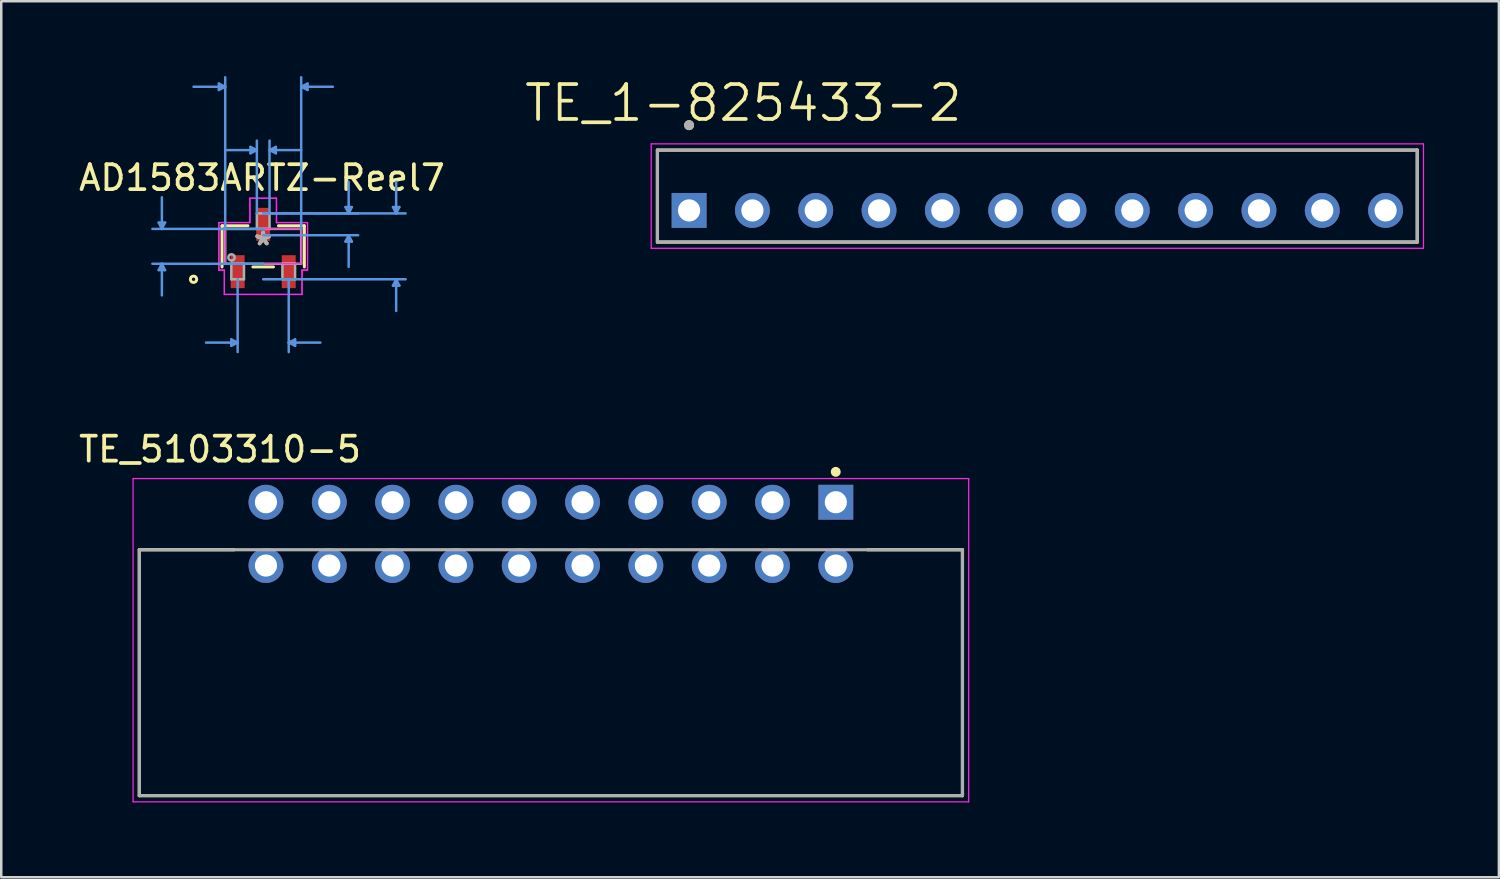
<source format=kicad_pcb>
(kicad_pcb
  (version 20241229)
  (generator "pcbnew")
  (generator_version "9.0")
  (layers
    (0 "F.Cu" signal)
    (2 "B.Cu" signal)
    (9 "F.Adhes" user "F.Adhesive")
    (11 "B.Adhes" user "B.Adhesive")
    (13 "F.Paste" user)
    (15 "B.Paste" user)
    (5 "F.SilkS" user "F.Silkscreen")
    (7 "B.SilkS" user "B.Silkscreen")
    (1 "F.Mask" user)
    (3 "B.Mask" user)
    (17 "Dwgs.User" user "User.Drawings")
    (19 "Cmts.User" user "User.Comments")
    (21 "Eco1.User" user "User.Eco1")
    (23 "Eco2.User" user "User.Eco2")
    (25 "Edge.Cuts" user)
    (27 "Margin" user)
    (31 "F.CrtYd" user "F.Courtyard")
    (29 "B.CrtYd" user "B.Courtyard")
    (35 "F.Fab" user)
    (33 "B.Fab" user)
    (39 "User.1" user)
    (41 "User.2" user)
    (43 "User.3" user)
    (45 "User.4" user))
  (footprint "AD1583ARTZ-Reel7"
    (layer "F.Cu")
    (at 7.508 6.832)
    (property "Reference" "AD1583ARTZ-Reel7" (at -0.05 -2.75 0) (layer "F.SilkS") (effects (font (size 1 1) (thickness 0.15))))
    (attr through_hole)
    (fp_line (start -1.651 -0.826) (end -1.651 0.826) (stroke (width 0.12) (type solid)) (layer "F.SilkS"))
    (fp_line (start -0.612 -0.826) (end -1.651 -0.826) (stroke (width 0.12) (type solid)) (layer "F.SilkS"))
    (fp_line (start -0.413 0.826) (end 0.413 0.826) (stroke (width 0.12) (type solid)) (layer "F.SilkS"))
    (fp_line (start 1.651 -0.826) (end 0.612 -0.826) (stroke (width 0.12) (type solid)) (layer "F.SilkS"))
    (fp_line (start 1.651 0.826) (end 1.651 -0.826) (stroke (width 0.12) (type solid)) (layer "F.SilkS"))
    (fp_circle (center -2.794 1.321) (end -2.667 1.321) (stroke (width 0.12) (type solid)) (fill no) (layer "F.SilkS"))
    (fp_line (start -4.191 -0.953) (end -3.937 -0.953) (stroke (width 0.1) (type solid)) (layer "Cmts.User"))
    (fp_line (start -4.191 0.953) (end -3.937 0.953) (stroke (width 0.1) (type solid)) (layer "Cmts.User"))
    (fp_line (start -4.064 -0.699) (end -4.191 -0.953) (stroke (width 0.1) (type solid)) (layer "Cmts.User"))
    (fp_line (start -4.064 -0.699) (end -4.064 -1.968) (stroke (width 0.1) (type solid)) (layer "Cmts.User"))
    (fp_line (start -4.064 -0.699) (end -3.937 -0.953) (stroke (width 0.1) (type solid)) (layer "Cmts.User"))
    (fp_line (start -4.064 0.699) (end -4.191 0.953) (stroke (width 0.1) (type solid)) (layer "Cmts.User"))
    (fp_line (start -4.064 0.699) (end -4.064 1.968) (stroke (width 0.1) (type solid)) (layer "Cmts.User"))
    (fp_line (start -4.064 0.699) (end -3.937 0.953) (stroke (width 0.1) (type solid)) (layer "Cmts.User"))
    (fp_line (start -1.778 -6.528) (end -1.778 -6.274) (stroke (width 0.1) (type solid)) (layer "Cmts.User"))
    (fp_line (start -1.524 -6.401) (end -2.794 -6.401) (stroke (width 0.1) (type solid)) (layer "Cmts.User"))
    (fp_line (start -1.524 -6.401) (end -1.778 -6.528) (stroke (width 0.1) (type solid)) (layer "Cmts.User"))
    (fp_line (start -1.524 -6.401) (end -1.778 -6.274) (stroke (width 0.1) (type solid)) (layer "Cmts.User"))
    (fp_line (start -1.524 -0.699) (end -1.524 -6.782) (stroke (width 0.1) (type solid)) (layer "Cmts.User"))
    (fp_line (start -1.279 3.734) (end -1.279 3.988) (stroke (width 0.1) (type solid)) (layer "Cmts.User"))
    (fp_line (start -1.025 1.321) (end -1.025 4.242) (stroke (width 0.1) (type solid)) (layer "Cmts.User"))
    (fp_line (start -1.025 3.861) (end -2.295 3.861) (stroke (width 0.1) (type solid)) (layer "Cmts.User"))
    (fp_line (start -1.025 3.861) (end -1.279 3.734) (stroke (width 0.1) (type solid)) (layer "Cmts.User"))
    (fp_line (start -1.025 3.861) (end -1.279 3.988) (stroke (width 0.1) (type solid)) (layer "Cmts.User"))
    (fp_line (start -0.508 -3.988) (end -0.508 -3.734) (stroke (width 0.1) (type solid)) (layer "Cmts.User"))
    (fp_line (start -0.254 -3.861) (end -1.524 -3.861) (stroke (width 0.1) (type solid)) (layer "Cmts.User"))
    (fp_line (start -0.254 -3.861) (end -0.508 -3.988) (stroke (width 0.1) (type solid)) (layer "Cmts.User"))
    (fp_line (start -0.254 -3.861) (end -0.508 -3.734) (stroke (width 0.1) (type solid)) (layer "Cmts.User"))
    (fp_line (start -0.254 -1.321) (end -0.254 -4.242) (stroke (width 0.1) (type solid)) (layer "Cmts.User"))
    (fp_line (start 0 -1.321) (end 3.81 -1.321) (stroke (width 0.1) (type solid)) (layer "Cmts.User"))
    (fp_line (start 0 -1.321) (end 5.715 -1.321) (stroke (width 0.1) (type solid)) (layer "Cmts.User"))
    (fp_line (start 0 -0.699) (end -4.445 -0.699) (stroke (width 0.1) (type solid)) (layer "Cmts.User"))
    (fp_line (start 0 -0.445) (end 3.81 -0.445) (stroke (width 0.1) (type solid)) (layer "Cmts.User"))
    (fp_line (start 0 0.699) (end -4.445 0.699) (stroke (width 0.1) (type solid)) (layer "Cmts.User"))
    (fp_line (start 0 1.321) (end 5.715 1.321) (stroke (width 0.1) (type solid)) (layer "Cmts.User"))
    (fp_line (start 0.254 -3.861) (end 0.508 -3.988) (stroke (width 0.1) (type solid)) (layer "Cmts.User"))
    (fp_line (start 0.254 -3.861) (end 0.508 -3.734) (stroke (width 0.1) (type solid)) (layer "Cmts.User"))
    (fp_line (start 0.254 -3.861) (end 1.524 -3.861) (stroke (width 0.1) (type solid)) (layer "Cmts.User"))
    (fp_line (start 0.254 -1.321) (end 0.254 -4.242) (stroke (width 0.1) (type solid)) (layer "Cmts.User"))
    (fp_line (start 0.508 -3.988) (end 0.508 -3.734) (stroke (width 0.1) (type solid)) (layer "Cmts.User"))
    (fp_line (start 1.025 1.321) (end 1.025 4.242) (stroke (width 0.1) (type solid)) (layer "Cmts.User"))
    (fp_line (start 1.025 3.861) (end 1.279 3.734) (stroke (width 0.1) (type solid)) (layer "Cmts.User"))
    (fp_line (start 1.025 3.861) (end 1.279 3.988) (stroke (width 0.1) (type solid)) (layer "Cmts.User"))
    (fp_line (start 1.025 3.861) (end 2.295 3.861) (stroke (width 0.1) (type solid)) (layer "Cmts.User"))
    (fp_line (start 1.279 3.734) (end 1.279 3.988) (stroke (width 0.1) (type solid)) (layer "Cmts.User"))
    (fp_line (start 1.524 -6.401) (end 1.778 -6.528) (stroke (width 0.1) (type solid)) (layer "Cmts.User"))
    (fp_line (start 1.524 -6.401) (end 1.778 -6.274) (stroke (width 0.1) (type solid)) (layer "Cmts.User"))
    (fp_line (start 1.524 -6.401) (end 2.794 -6.401) (stroke (width 0.1) (type solid)) (layer "Cmts.User"))
    (fp_line (start 1.524 -0.699) (end 1.524 -6.782) (stroke (width 0.1) (type solid)) (layer "Cmts.User"))
    (fp_line (start 1.778 -6.528) (end 1.778 -6.274) (stroke (width 0.1) (type solid)) (layer "Cmts.User"))
    (fp_line (start 3.302 -1.575) (end 3.556 -1.575) (stroke (width 0.1) (type solid)) (layer "Cmts.User"))
    (fp_line (start 3.302 -0.191) (end 3.556 -0.191) (stroke (width 0.1) (type solid)) (layer "Cmts.User"))
    (fp_line (start 3.429 -1.321) (end 3.302 -1.575) (stroke (width 0.1) (type solid)) (layer "Cmts.User"))
    (fp_line (start 3.429 -1.321) (end 3.429 -2.591) (stroke (width 0.1) (type solid)) (layer "Cmts.User"))
    (fp_line (start 3.429 -1.321) (end 3.556 -1.575) (stroke (width 0.1) (type solid)) (layer "Cmts.User"))
    (fp_line (start 3.429 -0.445) (end 3.302 -0.191) (stroke (width 0.1) (type solid)) (layer "Cmts.User"))
    (fp_line (start 3.429 -0.445) (end 3.429 0.826) (stroke (width 0.1) (type solid)) (layer "Cmts.User"))
    (fp_line (start 3.429 -0.445) (end 3.556 -0.191) (stroke (width 0.1) (type solid)) (layer "Cmts.User"))
    (fp_line (start 5.207 -1.575) (end 5.461 -1.575) (stroke (width 0.1) (type solid)) (layer "Cmts.User"))
    (fp_line (start 5.207 1.575) (end 5.461 1.575) (stroke (width 0.1) (type solid)) (layer "Cmts.User"))
    (fp_line (start 5.334 -1.321) (end 5.207 -1.575) (stroke (width 0.1) (type solid)) (layer "Cmts.User"))
    (fp_line (start 5.334 -1.321) (end 5.334 -2.591) (stroke (width 0.1) (type solid)) (layer "Cmts.User"))
    (fp_line (start 5.334 -1.321) (end 5.461 -1.575) (stroke (width 0.1) (type solid)) (layer "Cmts.User"))
    (fp_line (start 5.334 1.321) (end 5.207 1.575) (stroke (width 0.1) (type solid)) (layer "Cmts.User"))
    (fp_line (start 5.334 1.321) (end 5.334 2.591) (stroke (width 0.1) (type solid)) (layer "Cmts.User"))
    (fp_line (start 5.334 1.321) (end 5.461 1.575) (stroke (width 0.1) (type solid)) (layer "Cmts.User"))
    (fp_line (start -1.778 -0.953) (end -0.533 -0.953) (stroke (width 0.05) (type solid)) (layer "F.CrtYd"))
    (fp_line (start -1.778 -0.953) (end -0.533 -0.953) (stroke (width 0.05) (type solid)) (layer "F.CrtYd"))
    (fp_line (start -1.778 0.953) (end -1.778 -0.953) (stroke (width 0.05) (type solid)) (layer "F.CrtYd"))
    (fp_line (start -1.778 0.953) (end -1.778 -0.953) (stroke (width 0.05) (type solid)) (layer "F.CrtYd"))
    (fp_line (start -1.778 0.953) (end -1.558 0.953) (stroke (width 0.05) (type solid)) (layer "F.CrtYd"))
    (fp_line (start -1.558 0.953) (end -1.778 0.953) (stroke (width 0.05) (type solid)) (layer "F.CrtYd"))
    (fp_line (start -1.558 0.953) (end -1.558 1.93) (stroke (width 0.05) (type solid)) (layer "F.CrtYd"))
    (fp_line (start -1.558 1.93) (end -1.558 0.953) (stroke (width 0.05) (type solid)) (layer "F.CrtYd"))
    (fp_line (start -1.558 1.93) (end 1.558 1.93) (stroke (width 0.05) (type solid)) (layer "F.CrtYd"))
    (fp_line (start -1.524 -0.699) (end 1.524 -0.699) (stroke (width 0.05) (type solid)) (layer "F.CrtYd"))
    (fp_line (start -1.524 0.699) (end -1.524 -0.699) (stroke (width 0.05) (type solid)) (layer "F.CrtYd"))
    (fp_line (start -0.533 -1.93) (end 0.533 -1.93) (stroke (width 0.05) (type solid)) (layer "F.CrtYd"))
    (fp_line (start -0.533 -1.93) (end 0.533 -1.93) (stroke (width 0.05) (type solid)) (layer "F.CrtYd"))
    (fp_line (start -0.533 -0.953) (end -0.533 -1.93) (stroke (width 0.05) (type solid)) (layer "F.CrtYd"))
    (fp_line (start -0.533 -0.953) (end -0.533 -1.93) (stroke (width 0.05) (type solid)) (layer "F.CrtYd"))
    (fp_line (start 0.533 -1.93) (end 0.533 -0.953) (stroke (width 0.05) (type solid)) (layer "F.CrtYd"))
    (fp_line (start 0.533 -0.953) (end 0.533 -1.93) (stroke (width 0.05) (type solid)) (layer "F.CrtYd"))
    (fp_line (start 0.533 -0.953) (end 1.778 -0.953) (stroke (width 0.05) (type solid)) (layer "F.CrtYd"))
    (fp_line (start 1.524 -0.699) (end 1.524 0.699) (stroke (width 0.05) (type solid)) (layer "F.CrtYd"))
    (fp_line (start 1.524 0.699) (end -1.524 0.699) (stroke (width 0.05) (type solid)) (layer "F.CrtYd"))
    (fp_line (start 1.558 0.953) (end 1.558 1.93) (stroke (width 0.05) (type solid)) (layer "F.CrtYd"))
    (fp_line (start 1.558 0.953) (end 1.558 1.93) (stroke (width 0.05) (type solid)) (layer "F.CrtYd"))
    (fp_line (start 1.558 1.93) (end -1.558 1.93) (stroke (width 0.05) (type solid)) (layer "F.CrtYd"))
    (fp_line (start 1.778 -0.953) (end 0.533 -0.953) (stroke (width 0.05) (type solid)) (layer "F.CrtYd"))
    (fp_line (start 1.778 -0.953) (end 1.778 0.953) (stroke (width 0.05) (type solid)) (layer "F.CrtYd"))
    (fp_line (start 1.778 -0.953) (end 1.778 0.953) (stroke (width 0.05) (type solid)) (layer "F.CrtYd"))
    (fp_line (start 1.778 0.953) (end 1.558 0.953) (stroke (width 0.05) (type solid)) (layer "F.CrtYd"))
    (fp_line (start 1.778 0.953) (end 1.558 0.953) (stroke (width 0.05) (type solid)) (layer "F.CrtYd"))
    (fp_line (start -1.524 -0.699) (end -1.524 0.699) (stroke (width 0.1) (type solid)) (layer "F.Fab"))
    (fp_line (start -1.524 0.699) (end 1.524 0.699) (stroke (width 0.1) (type solid)) (layer "F.Fab"))
    (fp_line (start -1.279 0.699) (end -1.279 1.321) (stroke (width 0.1) (type solid)) (layer "F.Fab"))
    (fp_line (start -1.279 1.321) (end -0.771 1.321) (stroke (width 0.1) (type solid)) (layer "F.Fab"))
    (fp_line (start -0.771 0.699) (end -1.279 0.699) (stroke (width 0.1) (type solid)) (layer "F.Fab"))
    (fp_line (start -0.771 1.321) (end -0.771 0.699) (stroke (width 0.1) (type solid)) (layer "F.Fab"))
    (fp_line (start -0.254 -1.321) (end -0.254 -0.699) (stroke (width 0.1) (type solid)) (layer "F.Fab"))
    (fp_line (start -0.254 -0.699) (end 0.254 -0.699) (stroke (width 0.1) (type solid)) (layer "F.Fab"))
    (fp_line (start 0.254 -1.321) (end -0.254 -1.321) (stroke (width 0.1) (type solid)) (layer "F.Fab"))
    (fp_line (start 0.254 -0.699) (end 0.254 -1.321) (stroke (width 0.1) (type solid)) (layer "F.Fab"))
    (fp_line (start 0.771 0.699) (end 0.771 1.321) (stroke (width 0.1) (type solid)) (layer "F.Fab"))
    (fp_line (start 0.771 1.321) (end 1.279 1.321) (stroke (width 0.1) (type solid)) (layer "F.Fab"))
    (fp_line (start 1.279 0.699) (end 0.771 0.699) (stroke (width 0.1) (type solid)) (layer "F.Fab"))
    (fp_line (start 1.279 1.321) (end 1.279 0.699) (stroke (width 0.1) (type solid)) (layer "F.Fab"))
    (fp_line (start 1.524 -0.699) (end -1.524 -0.699) (stroke (width 0.1) (type solid)) (layer "F.Fab"))
    (fp_line (start 1.524 0.699) (end 1.524 -0.699) (stroke (width 0.1) (type solid)) (layer "F.Fab"))
    (fp_circle (center -1.27 0.445) (end -1.143 0.445) (stroke (width 0.1) (type solid)) (fill no) (layer "F.Fab"))
    (fp_text user "*" (at 0 0 0) (layer "F.SilkS") (effects (font (size 1 1) (thickness 0.15))))
    (fp_text user "Copyright 2021 Accelerated Designs. All rights reserved." (at 0 0 0) (layer "Cmts.User") (effects (font (size 0.127 0.127) (thickness 0.002))))
    (fp_text user "*" (at 0 0 0) (layer "F.Fab") (effects (font (size 1 1) (thickness 0.15))))
    (pad "1" smd rect (at -1.025 1.016) (size 0.559 1.321) (layers "F.Cu" "F.Mask" "F.Paste"))
    (pad "2" smd rect (at 1.025 1.016) (size 0.559 1.321) (layers "F.Cu" "F.Mask" "F.Paste"))
    (pad "3" smd rect (at 0 -0.883) (size 0.559 1.321) (layers "F.Cu" "F.Mask" "F.Paste")))
  (footprint "TE_1-825433-2"
    (layer "F.Cu")
    (at 38.563 5.391)
    (property "Reference" "TE_1-825433-2" (at -11.795 -4.309 0) (layer "F.SilkS") (effects (font (size 1.4 1.4) (thickness 0.15))))
    (attr through_hole)
    (fp_line (start -15.24 -2.42) (end 15.24 -2.42) (stroke (width 0.127) (type solid)) (layer "F.SilkS"))
    (fp_line (start -15.24 1.27) (end -15.24 -2.42) (stroke (width 0.127) (type solid)) (layer "F.SilkS"))
    (fp_line (start 15.24 -2.42) (end 15.24 1.27) (stroke (width 0.127) (type solid)) (layer "F.SilkS"))
    (fp_line (start 15.24 1.27) (end -15.24 1.27) (stroke (width 0.127) (type solid)) (layer "F.SilkS"))
    (fp_circle (center -13.97 -3.42) (end -13.87 -3.42) (stroke (width 0.2) (type solid)) (fill no) (layer "F.SilkS"))
    (fp_line (start -15.49 -2.67) (end 15.49 -2.67) (stroke (width 0.05) (type solid)) (layer "F.CrtYd"))
    (fp_line (start -15.49 1.52) (end -15.49 -2.67) (stroke (width 0.05) (type solid)) (layer "F.CrtYd"))
    (fp_line (start 15.49 -2.67) (end 15.49 1.52) (stroke (width 0.05) (type solid)) (layer "F.CrtYd"))
    (fp_line (start 15.49 1.52) (end -15.49 1.52) (stroke (width 0.05) (type solid)) (layer "F.CrtYd"))
    (fp_line (start -15.24 -2.42) (end 15.24 -2.42) (stroke (width 0.127) (type solid)) (layer "F.Fab"))
    (fp_line (start -15.24 1.27) (end -15.24 -2.42) (stroke (width 0.127) (type solid)) (layer "F.Fab"))
    (fp_line (start 15.24 -2.42) (end 15.24 1.27) (stroke (width 0.127) (type solid)) (layer "F.Fab"))
    (fp_line (start 15.24 1.27) (end -15.24 1.27) (stroke (width 0.127) (type solid)) (layer "F.Fab"))
    (fp_circle (center -13.97 -3.42) (end -13.87 -3.42) (stroke (width 0.2) (type solid)) (fill no) (layer "F.Fab"))
    (pad "1" thru_hole rect (at -13.97 0) (size 1.398 1.398) (drill 0.89) (layers "*.Cu" "*.Mask"))
    (pad "2" thru_hole circle (at -11.43 0) (size 1.398 1.398) (drill 0.89) (layers "*.Cu" "*.Mask"))
    (pad "3" thru_hole circle (at -8.89 0) (size 1.398 1.398) (drill 0.89) (layers "*.Cu" "*.Mask"))
    (pad "4" thru_hole circle (at -6.35 0) (size 1.398 1.398) (drill 0.89) (layers "*.Cu" "*.Mask"))
    (pad "5" thru_hole circle (at -3.81 0) (size 1.398 1.398) (drill 0.89) (layers "*.Cu" "*.Mask"))
    (pad "6" thru_hole circle (at -1.27 0) (size 1.398 1.398) (drill 0.89) (layers "*.Cu" "*.Mask"))
    (pad "7" thru_hole circle (at 1.27 0) (size 1.398 1.398) (drill 0.89) (layers "*.Cu" "*.Mask"))
    (pad "8" thru_hole circle (at 3.81 0) (size 1.398 1.398) (drill 0.89) (layers "*.Cu" "*.Mask"))
    (pad "9" thru_hole circle (at 6.35 0) (size 1.398 1.398) (drill 0.89) (layers "*.Cu" "*.Mask"))
    (pad "10" thru_hole circle (at 8.89 0) (size 1.398 1.398) (drill 0.89) (layers "*.Cu" "*.Mask"))
    (pad "11" thru_hole circle (at 11.43 0) (size 1.398 1.398) (drill 0.89) (layers "*.Cu" "*.Mask"))
    (pad "12" thru_hole circle (at 13.97 0) (size 1.398 1.398) (drill 0.89) (layers "*.Cu" "*.Mask")))
  (footprint "TE_5103310-5"
    (layer "F.Cu")
    (at 19.049 18.367)
    (property "Reference" "TE_5103310-5" (at -13.273 -3.394 0) (layer "F.SilkS") (effects (font (size 1.001 1.001) (thickness 0.15))))
    (attr through_hole)
    (fp_line (start -16.51 0.635) (end -16.51 10.5) (stroke (width 0.127) (type solid)) (layer "F.SilkS"))
    (fp_line (start -16.51 10.5) (end 16.51 10.5) (stroke (width 0.127) (type solid)) (layer "F.SilkS"))
    (fp_line (start -12.7 0.635) (end -16.51 0.635) (stroke (width 0.127) (type solid)) (layer "F.SilkS"))
    (fp_line (start 16.51 0.635) (end 12.7 0.635) (stroke (width 0.127) (type solid)) (layer "F.SilkS"))
    (fp_line (start 16.51 10.5) (end 16.51 0.635) (stroke (width 0.127) (type solid)) (layer "F.SilkS"))
    (fp_circle (center 11.427 -2.489) (end 11.527 -2.489) (stroke (width 0.2) (type solid)) (fill no) (layer "F.SilkS"))
    (fp_line (start -16.76 -2.22) (end 16.76 -2.22) (stroke (width 0.05) (type solid)) (layer "F.CrtYd"))
    (fp_line (start -16.76 10.75) (end -16.76 -2.22) (stroke (width 0.05) (type solid)) (layer "F.CrtYd"))
    (fp_line (start 16.76 -2.22) (end 16.76 10.75) (stroke (width 0.05) (type solid)) (layer "F.CrtYd"))
    (fp_line (start 16.76 10.75) (end -16.76 10.75) (stroke (width 0.05) (type solid)) (layer "F.CrtYd"))
    (fp_line (start -16.51 0.635) (end -16.51 10.5) (stroke (width 0.127) (type solid)) (layer "F.Fab"))
    (fp_line (start -16.51 10.5) (end 16.51 10.5) (stroke (width 0.127) (type solid)) (layer "F.Fab"))
    (fp_line (start 16.51 0.635) (end -16.51 0.635) (stroke (width 0.127) (type solid)) (layer "F.Fab"))
    (fp_line (start 16.51 10.5) (end 16.51 0.635) (stroke (width 0.127) (type solid)) (layer "F.Fab"))
    (pad "1" thru_hole rect (at 11.43 -1.27) (size 1.397 1.397) (drill 0.889) (layers "*.Cu" "*.Mask"))
    (pad "2" thru_hole circle (at 11.43 1.27) (size 1.397 1.397) (drill 0.889) (layers "*.Cu" "*.Mask"))
    (pad "3" thru_hole circle (at 8.89 -1.27) (size 1.397 1.397) (drill 0.889) (layers "*.Cu" "*.Mask"))
    (pad "4" thru_hole circle (at 8.89 1.27) (size 1.397 1.397) (drill 0.889) (layers "*.Cu" "*.Mask"))
    (pad "5" thru_hole circle (at 6.35 -1.27) (size 1.397 1.397) (drill 0.889) (layers "*.Cu" "*.Mask"))
    (pad "6" thru_hole circle (at 6.35 1.27) (size 1.397 1.397) (drill 0.889) (layers "*.Cu" "*.Mask"))
    (pad "7" thru_hole circle (at 3.81 -1.27) (size 1.397 1.397) (drill 0.889) (layers "*.Cu" "*.Mask"))
    (pad "8" thru_hole circle (at 3.81 1.27) (size 1.397 1.397) (drill 0.889) (layers "*.Cu" "*.Mask"))
    (pad "9" thru_hole circle (at 1.27 -1.27) (size 1.397 1.397) (drill 0.889) (layers "*.Cu" "*.Mask"))
    (pad "10" thru_hole circle (at 1.27 1.27) (size 1.397 1.397) (drill 0.889) (layers "*.Cu" "*.Mask"))
    (pad "11" thru_hole circle (at -1.27 -1.27) (size 1.397 1.397) (drill 0.889) (layers "*.Cu" "*.Mask"))
    (pad "12" thru_hole circle (at -1.27 1.27) (size 1.397 1.397) (drill 0.889) (layers "*.Cu" "*.Mask"))
    (pad "13" thru_hole circle (at -3.81 -1.27) (size 1.397 1.397) (drill 0.889) (layers "*.Cu" "*.Mask"))
    (pad "14" thru_hole circle (at -3.81 1.27) (size 1.397 1.397) (drill 0.889) (layers "*.Cu" "*.Mask"))
    (pad "15" thru_hole circle (at -6.35 -1.27) (size 1.397 1.397) (drill 0.889) (layers "*.Cu" "*.Mask"))
    (pad "16" thru_hole circle (at -6.35 1.27) (size 1.397 1.397) (drill 0.889) (layers "*.Cu" "*.Mask"))
    (pad "17" thru_hole circle (at -8.89 -1.27) (size 1.397 1.397) (drill 0.889) (layers "*.Cu" "*.Mask"))
    (pad "18" thru_hole circle (at -8.89 1.27) (size 1.397 1.397) (drill 0.889) (layers "*.Cu" "*.Mask"))
    (pad "19" thru_hole circle (at -11.43 -1.27) (size 1.397 1.397) (drill 0.889) (layers "*.Cu" "*.Mask"))
    (pad "20" thru_hole circle (at -11.43 1.27) (size 1.397 1.397) (drill 0.889) (layers "*.Cu" "*.Mask")))
  (gr_rect
    (start -3 -3)
    (end 57.078 32.142)
    (stroke (width 0.1) (type default))
    (fill no)
    (layer "Edge.Cuts")))
</source>
